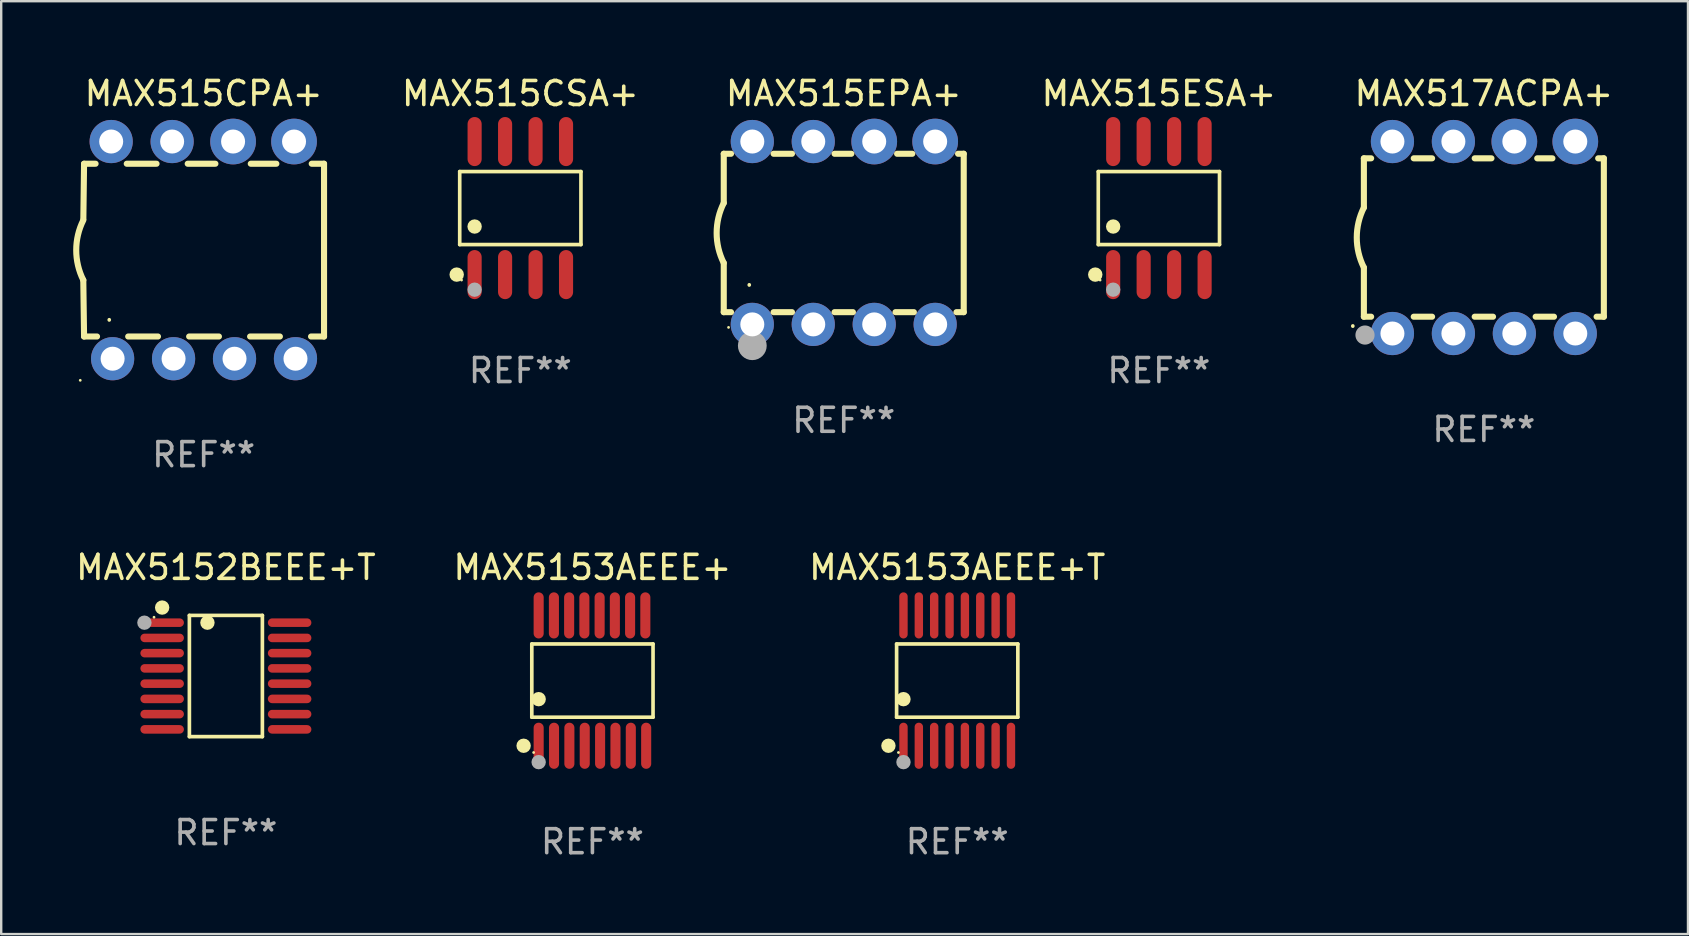
<source format=kicad_pcb>
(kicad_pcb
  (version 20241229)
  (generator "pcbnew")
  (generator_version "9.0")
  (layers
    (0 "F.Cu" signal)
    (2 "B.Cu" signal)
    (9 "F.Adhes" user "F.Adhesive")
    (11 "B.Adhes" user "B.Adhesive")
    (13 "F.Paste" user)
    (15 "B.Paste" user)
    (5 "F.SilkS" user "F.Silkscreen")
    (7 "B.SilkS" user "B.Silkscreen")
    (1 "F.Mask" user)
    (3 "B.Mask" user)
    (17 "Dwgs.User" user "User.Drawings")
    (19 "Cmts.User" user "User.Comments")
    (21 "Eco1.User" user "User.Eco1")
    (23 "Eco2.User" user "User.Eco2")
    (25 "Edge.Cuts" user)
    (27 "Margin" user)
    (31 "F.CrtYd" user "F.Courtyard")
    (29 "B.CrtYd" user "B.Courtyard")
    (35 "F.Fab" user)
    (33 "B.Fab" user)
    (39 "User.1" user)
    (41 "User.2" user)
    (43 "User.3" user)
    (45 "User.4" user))
  (footprint "MAX515CPA+"
    (layer "F.Cu")
    (at 5.437 7.373)
    (property "Reference" "MAX515CPA+" (at 0 -6.525 0) (layer "F.SilkS") (effects (font (size 1 1) (thickness 0.15))))
    (attr through_hole)
    (fp_line (start -4.984 -3.6) (end -5.014 -1.3) (stroke (width 0.254) (type solid)) (layer "F.SilkS"))
    (fp_line (start -4.984 -3.6) (end -4.504 -3.6) (stroke (width 0.254) (type solid)) (layer "F.SilkS"))
    (fp_line (start -4.984 3.6) (end -5.016 1.25) (stroke (width 0.254) (type solid)) (layer "F.SilkS"))
    (fp_line (start -4.984 3.6) (end -4.444 3.6) (stroke (width 0.254) (type solid)) (layer "F.SilkS"))
    (fp_line (start -3.205 -3.6) (end -1.964 -3.6) (stroke (width 0.254) (type solid)) (layer "F.SilkS"))
    (fp_line (start -3.145 3.6) (end -1.904 3.6) (stroke (width 0.254) (type solid)) (layer "F.SilkS"))
    (fp_line (start -0.665 -3.6) (end 0.489 -3.6) (stroke (width 0.254) (type solid)) (layer "F.SilkS"))
    (fp_line (start -0.605 3.6) (end 0.636 3.6) (stroke (width 0.254) (type solid)) (layer "F.SilkS"))
    (fp_line (start 1.935 3.6) (end 3.176 3.6) (stroke (width 0.254) (type solid)) (layer "F.SilkS"))
    (fp_line (start 1.963 -3.6) (end 3.029 -3.6) (stroke (width 0.254) (type solid)) (layer "F.SilkS"))
    (fp_line (start 4.475 3.6) (end 5.016 3.6) (stroke (width 0.254) (type solid)) (layer "F.SilkS"))
    (fp_line (start 4.503 -3.6) (end 5.016 -3.6) (stroke (width 0.254) (type solid)) (layer "F.SilkS"))
    (fp_line (start 5.016 -3.6) (end 5.016 3.6) (stroke (width 0.254) (type solid)) (layer "F.SilkS"))
    (fp_arc (start -5.015621 1.24972) (mid -5.310243 -0.000275) (end -5.014376 -1.249975) (stroke (width 0.254001) (type solid)) (layer "F.SilkS"))
    (fp_arc (start -3.934646 2.911239) (mid -3.934581 2.905612) (end -3.934392 2.899987) (stroke (width 0.149987) (type solid)) (layer "F.SilkS"))
    (fp_circle (center -5.143 5.425) (end -5.113 5.425) (stroke (width 0.06) (type solid)) (fill no) (layer "F.SilkS"))
    (fp_text user "REF**" (at 0 8.525 0) (layer "F.Fab") (effects (font (size 1 1) (thickness 0.15))))
    (pad "1" thru_hole circle (at -3.794 4.525) (size 1.8 1.8) (drill 1) (layers "*.Cu" "*.Mask"))
    (pad "2" thru_hole circle (at -1.254 4.525) (size 1.8 1.8) (drill 1) (layers "*.Cu" "*.Mask"))
    (pad "3" thru_hole circle (at 1.286 4.525) (size 1.8 1.8) (drill 1) (layers "*.Cu" "*.Mask"))
    (pad "4" thru_hole circle (at 3.826 4.525) (size 1.8 1.8) (drill 1) (layers "*.Cu" "*.Mask"))
    (pad "5" thru_hole circle (at 3.766 -4.525) (size 1.905 1.905) (drill 1) (layers "*.Cu" "*.Mask"))
    (pad "6" thru_hole circle (at 1.226 -4.525) (size 1.905 1.905) (drill 1) (layers "*.Cu" "*.Mask"))
    (pad "7" thru_hole circle (at -1.314 -4.525) (size 1.8 1.8) (drill 1) (layers "*.Cu" "*.Mask"))
    (pad "8" thru_hole circle (at -3.854 -4.525) (size 1.8 1.8) (drill 1) (layers "*.Cu" "*.Mask")))
  (footprint "MAX5153AEEE+"
    (layer "F.Cu")
    (at 21.637 25.311)
    (property "Reference" "MAX5153AEEE+" (at 0 -4.716 0) (layer "F.SilkS") (effects (font (size 1 1) (thickness 0.15))))
    (attr through_hole)
    (fp_line (start -2.526 -1.526) (end 2.526 -1.526) (stroke (width 0.152) (type solid)) (layer "F.SilkS"))
    (fp_line (start -2.526 1.526) (end -2.526 -1.526) (stroke (width 0.152) (type solid)) (layer "F.SilkS"))
    (fp_line (start 2.526 -1.526) (end 2.526 1.526) (stroke (width 0.152) (type solid)) (layer "F.SilkS"))
    (fp_line (start 2.526 1.526) (end -2.526 1.526) (stroke (width 0.152) (type solid)) (layer "F.SilkS"))
    (fp_circle (center -2.867 2.716) (end -2.717 2.716) (stroke (width 0.3) (type solid)) (fill no) (layer "F.SilkS"))
    (fp_circle (center -2.45 2.997) (end -2.42 2.997) (stroke (width 0.06) (type solid)) (fill no) (layer "F.SilkS"))
    (fp_circle (center -2.24 0.774) (end -2.09 0.774) (stroke (width 0.3) (type solid)) (fill no) (layer "F.SilkS"))
    (fp_circle (center -2.24 3.398) (end -2.09 3.398) (stroke (width 0.3) (type solid)) (fill no) (layer "F.Fab"))
    (fp_text user "REF**" (at 0 6.716 0) (layer "F.Fab") (effects (font (size 1 1) (thickness 0.15))))
    (pad "1" smd oval (at -2.24 2.716) (size 0.42 1.922) (layers "F.Cu" "F.Mask" "F.Paste"))
    (pad "2" smd oval (at -1.6 2.716) (size 0.42 1.922) (layers "F.Cu" "F.Mask" "F.Paste"))
    (pad "3" smd oval (at -0.96 2.716) (size 0.42 1.922) (layers "F.Cu" "F.Mask" "F.Paste"))
    (pad "4" smd oval (at -0.32 2.716) (size 0.42 1.922) (layers "F.Cu" "F.Mask" "F.Paste"))
    (pad "5" smd oval (at 0.32 2.716) (size 0.42 1.922) (layers "F.Cu" "F.Mask" "F.Paste"))
    (pad "6" smd oval (at 0.96 2.716) (size 0.42 1.922) (layers "F.Cu" "F.Mask" "F.Paste"))
    (pad "7" smd oval (at 1.6 2.716) (size 0.42 1.922) (layers "F.Cu" "F.Mask" "F.Paste"))
    (pad "8" smd oval (at 2.24 2.716) (size 0.42 1.922) (layers "F.Cu" "F.Mask" "F.Paste"))
    (pad "9" smd oval (at 2.205 -2.716) (size 0.42 1.922) (layers "F.Cu" "F.Mask" "F.Paste"))
    (pad "10" smd oval (at 1.57 -2.716) (size 0.42 1.922) (layers "F.Cu" "F.Mask" "F.Paste"))
    (pad "11" smd oval (at 0.935 -2.716) (size 0.42 1.922) (layers "F.Cu" "F.Mask" "F.Paste"))
    (pad "12" smd oval (at 0.3 -2.716) (size 0.42 1.922) (layers "F.Cu" "F.Mask" "F.Paste"))
    (pad "13" smd oval (at -0.335 -2.716) (size 0.42 1.922) (layers "F.Cu" "F.Mask" "F.Paste"))
    (pad "14" smd oval (at -0.97 -2.716) (size 0.42 1.922) (layers "F.Cu" "F.Mask" "F.Paste"))
    (pad "15" smd oval (at -1.605 -2.716) (size 0.42 1.922) (layers "F.Cu" "F.Mask" "F.Paste"))
    (pad "16" smd oval (at -2.24 -2.716) (size 0.42 1.922) (layers "F.Cu" "F.Mask" "F.Paste")))
  (footprint "MAX515ESA+"
    (layer "F.Cu")
    (at 45.243 5.621)
    (property "Reference" "MAX515ESA+" (at 0 -4.772 0) (layer "F.SilkS") (effects (font (size 1 1) (thickness 0.15))))
    (attr through_hole)
    (fp_line (start -2.526 -1.521) (end 2.526 -1.521) (stroke (width 0.152) (type solid)) (layer "F.SilkS"))
    (fp_line (start -2.526 1.521) (end -2.526 -1.521) (stroke (width 0.152) (type solid)) (layer "F.SilkS"))
    (fp_line (start 2.526 -1.521) (end 2.526 1.521) (stroke (width 0.152) (type solid)) (layer "F.SilkS"))
    (fp_line (start 2.526 1.521) (end -2.526 1.521) (stroke (width 0.152) (type solid)) (layer "F.SilkS"))
    (fp_circle (center -2.652 2.772) (end -2.501 2.772) (stroke (width 0.3) (type solid)) (fill no) (layer "F.SilkS"))
    (fp_circle (center -2.45 3) (end -2.42 3) (stroke (width 0.06) (type solid)) (fill no) (layer "F.SilkS"))
    (fp_circle (center -1.905 0.769) (end -1.755 0.769) (stroke (width 0.3) (type solid)) (fill no) (layer "F.SilkS"))
    (fp_circle (center -1.905 3.4) (end -1.755 3.4) (stroke (width 0.3) (type solid)) (fill no) (layer "F.Fab"))
    (fp_text user "REF**" (at 0 6.772 0) (layer "F.Fab") (effects (font (size 1 1) (thickness 0.15))))
    (pad "1" smd oval (at -1.905 2.772) (size 0.588 2.045) (layers "F.Cu" "F.Mask" "F.Paste"))
    (pad "2" smd oval (at -0.635 2.772) (size 0.588 2.045) (layers "F.Cu" "F.Mask" "F.Paste"))
    (pad "3" smd oval (at 0.635 2.772) (size 0.588 2.045) (layers "F.Cu" "F.Mask" "F.Paste"))
    (pad "4" smd oval (at 1.905 2.772) (size 0.588 2.045) (layers "F.Cu" "F.Mask" "F.Paste"))
    (pad "5" smd oval (at 1.905 -2.772) (size 0.588 2.045) (layers "F.Cu" "F.Mask" "F.Paste"))
    (pad "6" smd oval (at 0.635 -2.772) (size 0.588 2.045) (layers "F.Cu" "F.Mask" "F.Paste"))
    (pad "7" smd oval (at -0.635 -2.772) (size 0.588 2.045) (layers "F.Cu" "F.Mask" "F.Paste"))
    (pad "8" smd oval (at -1.905 -2.772) (size 0.588 2.045) (layers "F.Cu" "F.Mask" "F.Paste")))
  (footprint "MAX5153AEEE+T"
    (layer "F.Cu")
    (at 36.839 25.311)
    (property "Reference" "MAX5153AEEE+T" (at 0 -4.716 0) (layer "F.SilkS") (effects (font (size 1 1) (thickness 0.15))))
    (attr through_hole)
    (fp_line (start -2.526 -1.526) (end 2.526 -1.526) (stroke (width 0.152) (type solid)) (layer "F.SilkS"))
    (fp_line (start -2.526 1.526) (end -2.526 -1.526) (stroke (width 0.152) (type solid)) (layer "F.SilkS"))
    (fp_line (start 2.526 -1.526) (end 2.526 1.526) (stroke (width 0.152) (type solid)) (layer "F.SilkS"))
    (fp_line (start 2.526 1.526) (end -2.526 1.526) (stroke (width 0.152) (type solid)) (layer "F.SilkS"))
    (fp_circle (center -2.867 2.716) (end -2.717 2.716) (stroke (width 0.3) (type solid)) (fill no) (layer "F.SilkS"))
    (fp_circle (center -2.45 2.997) (end -2.42 2.997) (stroke (width 0.06) (type solid)) (fill no) (layer "F.SilkS"))
    (fp_circle (center -2.24 0.774) (end -2.09 0.774) (stroke (width 0.3) (type solid)) (fill no) (layer "F.SilkS"))
    (fp_circle (center -2.24 3.398) (end -2.09 3.398) (stroke (width 0.3) (type solid)) (fill no) (layer "F.Fab"))
    (fp_text user "REF**" (at 0 6.716 0) (layer "F.Fab") (effects (font (size 1 1) (thickness 0.15))))
    (pad "1" smd oval (at -2.24 2.716) (size 0.35 1.922) (layers "F.Cu" "F.Mask" "F.Paste"))
    (pad "2" smd oval (at -1.6 2.716) (size 0.35 1.922) (layers "F.Cu" "F.Mask" "F.Paste"))
    (pad "3" smd oval (at -0.96 2.716) (size 0.35 1.922) (layers "F.Cu" "F.Mask" "F.Paste"))
    (pad "4" smd oval (at -0.32 2.716) (size 0.35 1.922) (layers "F.Cu" "F.Mask" "F.Paste"))
    (pad "5" smd oval (at 0.32 2.716) (size 0.35 1.922) (layers "F.Cu" "F.Mask" "F.Paste"))
    (pad "6" smd oval (at 0.96 2.716) (size 0.35 1.922) (layers "F.Cu" "F.Mask" "F.Paste"))
    (pad "7" smd oval (at 1.6 2.716) (size 0.35 1.922) (layers "F.Cu" "F.Mask" "F.Paste"))
    (pad "8" smd oval (at 2.24 2.716) (size 0.35 1.922) (layers "F.Cu" "F.Mask" "F.Paste"))
    (pad "9" smd oval (at 2.24 -2.716) (size 0.35 1.922) (layers "F.Cu" "F.Mask" "F.Paste"))
    (pad "10" smd oval (at 1.6 -2.716) (size 0.35 1.922) (layers "F.Cu" "F.Mask" "F.Paste"))
    (pad "11" smd oval (at 0.96 -2.716) (size 0.35 1.922) (layers "F.Cu" "F.Mask" "F.Paste"))
    (pad "12" smd oval (at 0.32 -2.716) (size 0.35 1.922) (layers "F.Cu" "F.Mask" "F.Paste"))
    (pad "13" smd oval (at -0.32 -2.716) (size 0.35 1.922) (layers "F.Cu" "F.Mask" "F.Paste"))
    (pad "14" smd oval (at -0.96 -2.716) (size 0.35 1.922) (layers "F.Cu" "F.Mask" "F.Paste"))
    (pad "15" smd oval (at -1.6 -2.716) (size 0.35 1.922) (layers "F.Cu" "F.Mask" "F.Paste"))
    (pad "16" smd oval (at -2.24 -2.716) (size 0.35 1.922) (layers "F.Cu" "F.Mask" "F.Paste")))
  (footprint "MAX517ACPA+"
    (layer "F.Cu")
    (at 58.785 6.848)
    (property "Reference" "MAX517ACPA+" (at 0 -6 0) (layer "F.SilkS") (effects (font (size 1 1) (thickness 0.15))))
    (attr through_hole)
    (fp_line (start -5 -3.3) (end -5 -1.25) (stroke (width 0.254) (type solid)) (layer "F.SilkS"))
    (fp_line (start -5 -3.3) (end -4.698 -3.3) (stroke (width 0.254) (type solid)) (layer "F.SilkS"))
    (fp_line (start -5 3.3) (end -5 1.25) (stroke (width 0.254) (type solid)) (layer "F.SilkS"))
    (fp_line (start -5 3.3) (end -4.698 3.3) (stroke (width 0.254) (type solid)) (layer "F.SilkS"))
    (fp_line (start -2.922 -3.3) (end -2.158 -3.3) (stroke (width 0.254) (type solid)) (layer "F.SilkS"))
    (fp_line (start -2.922 3.3) (end -2.158 3.3) (stroke (width 0.254) (type solid)) (layer "F.SilkS"))
    (fp_line (start -0.382 -3.3) (end 0.316 -3.3) (stroke (width 0.254) (type solid)) (layer "F.SilkS"))
    (fp_line (start -0.382 3.3) (end 0.382 3.3) (stroke (width 0.254) (type solid)) (layer "F.SilkS"))
    (fp_line (start 2.158 3.3) (end 2.922 3.3) (stroke (width 0.254) (type solid)) (layer "F.SilkS"))
    (fp_line (start 2.224 -3.3) (end 2.856 -3.3) (stroke (width 0.254) (type solid)) (layer "F.SilkS"))
    (fp_line (start 4.698 3.3) (end 5 3.3) (stroke (width 0.254) (type solid)) (layer "F.SilkS"))
    (fp_line (start 4.764 -3.3) (end 5 -3.3) (stroke (width 0.254) (type solid)) (layer "F.SilkS"))
    (fp_line (start 5 -3.3) (end 5 3.3) (stroke (width 0.254) (type solid)) (layer "F.SilkS"))
    (fp_arc (start -5.46124 3.694259) (mid -5.461175 3.688632) (end -5.460986 3.683007) (stroke (width 0.149987) (type solid)) (layer "F.SilkS"))
    (fp_arc (start -5.00127 1.249682) (mid -5.295892 -0.000313) (end -5.000025 -1.250013) (stroke (width 0.254001) (type solid)) (layer "F.SilkS"))
    (fp_circle (center -4.795 4.237) (end -4.765 4.237) (stroke (width 0.06) (type solid)) (fill no) (layer "F.SilkS"))
    (fp_circle (center -4.953 4.064) (end -4.753 4.064) (stroke (width 0.4) (type solid)) (fill no) (layer "F.Fab"))
    (fp_text user "REF**" (at 0 8 0) (layer "F.Fab") (effects (font (size 1 1) (thickness 0.15))))
    (pad "1" thru_hole circle (at -3.81 4) (size 1.8 1.8) (drill 1) (layers "*.Cu" "*.Mask"))
    (pad "2" thru_hole circle (at -1.27 4) (size 1.8 1.8) (drill 1) (layers "*.Cu" "*.Mask"))
    (pad "3" thru_hole circle (at 1.27 4) (size 1.8 1.8) (drill 1) (layers "*.Cu" "*.Mask"))
    (pad "4" thru_hole circle (at 3.81 4) (size 1.8 1.8) (drill 1) (layers "*.Cu" "*.Mask"))
    (pad "5" thru_hole circle (at 3.81 -4) (size 1.905 1.905) (drill 1) (layers "*.Cu" "*.Mask"))
    (pad "6" thru_hole circle (at 1.27 -4) (size 1.905 1.905) (drill 1) (layers "*.Cu" "*.Mask"))
    (pad "7" thru_hole circle (at -1.27 -4) (size 1.8 1.8) (drill 1) (layers "*.Cu" "*.Mask"))
    (pad "8" thru_hole circle (at -3.81 -4) (size 1.8 1.8) (drill 1) (layers "*.Cu" "*.Mask")))
  (footprint "MAX5152BEEE+T"
    (layer "F.Cu")
    (at 6.363 25.121)
    (property "Reference" "MAX5152BEEE+T" (at 0 -4.526 0) (layer "F.SilkS") (effects (font (size 1 1) (thickness 0.15))))
    (attr through_hole)
    (fp_line (start -1.521 -2.526) (end 1.521 -2.526) (stroke (width 0.152) (type solid)) (layer "F.SilkS"))
    (fp_line (start -1.521 2.526) (end -1.521 -2.526) (stroke (width 0.152) (type solid)) (layer "F.SilkS"))
    (fp_line (start 1.521 -2.526) (end 1.521 2.526) (stroke (width 0.152) (type solid)) (layer "F.SilkS"))
    (fp_line (start 1.521 2.526) (end -1.521 2.526) (stroke (width 0.152) (type solid)) (layer "F.SilkS"))
    (fp_circle (center -2.995 -2.45) (end -2.965 -2.45) (stroke (width 0.06) (type solid)) (fill no) (layer "F.SilkS"))
    (fp_circle (center -2.656 -2.853) (end -2.506 -2.853) (stroke (width 0.3) (type solid)) (fill no) (layer "F.SilkS"))
    (fp_circle (center -0.769 -2.223) (end -0.619 -2.223) (stroke (width 0.3) (type solid)) (fill no) (layer "F.SilkS"))
    (fp_circle (center -3.395 -2.223) (end -3.245 -2.223) (stroke (width 0.3) (type solid)) (fill no) (layer "F.Fab"))
    (fp_text user "REF**" (at 0 6.526 0) (layer "F.Fab") (effects (font (size 1 1) (thickness 0.15))))
    (pad "1" smd oval (at -2.656 -2.223 270) (size 0.356 1.813) (layers "F.Cu" "F.Mask" "F.Paste"))
    (pad "2" smd oval (at -2.656 -1.588 270) (size 0.356 1.813) (layers "F.Cu" "F.Mask" "F.Paste"))
    (pad "3" smd oval (at -2.656 -0.953 270) (size 0.356 1.813) (layers "F.Cu" "F.Mask" "F.Paste"))
    (pad "4" smd oval (at -2.656 -0.318 270) (size 0.356 1.813) (layers "F.Cu" "F.Mask" "F.Paste"))
    (pad "5" smd oval (at -2.656 0.318 270) (size 0.356 1.813) (layers "F.Cu" "F.Mask" "F.Paste"))
    (pad "6" smd oval (at -2.656 0.953 270) (size 0.356 1.813) (layers "F.Cu" "F.Mask" "F.Paste"))
    (pad "7" smd oval (at -2.656 1.588 270) (size 0.356 1.813) (layers "F.Cu" "F.Mask" "F.Paste"))
    (pad "8" smd oval (at -2.656 2.223 270) (size 0.356 1.813) (layers "F.Cu" "F.Mask" "F.Paste"))
    (pad "9" smd oval (at 2.656 2.223 270) (size 0.356 1.813) (layers "F.Cu" "F.Mask" "F.Paste"))
    (pad "10" smd oval (at 2.656 1.588 270) (size 0.356 1.813) (layers "F.Cu" "F.Mask" "F.Paste"))
    (pad "11" smd oval (at 2.656 0.953 270) (size 0.356 1.813) (layers "F.Cu" "F.Mask" "F.Paste"))
    (pad "12" smd oval (at 2.656 0.318 270) (size 0.356 1.813) (layers "F.Cu" "F.Mask" "F.Paste"))
    (pad "13" smd oval (at 2.656 -0.318 270) (size 0.356 1.813) (layers "F.Cu" "F.Mask" "F.Paste"))
    (pad "14" smd oval (at 2.656 -0.953 270) (size 0.356 1.813) (layers "F.Cu" "F.Mask" "F.Paste"))
    (pad "15" smd oval (at 2.656 -1.588 270) (size 0.356 1.813) (layers "F.Cu" "F.Mask" "F.Paste"))
    (pad "16" smd oval (at 2.656 -2.223 270) (size 0.356 1.813) (layers "F.Cu" "F.Mask" "F.Paste")))
  (footprint "MAX515CSA+"
    (layer "F.Cu")
    (at 18.633 5.621)
    (property "Reference" "MAX515CSA+" (at 0 -4.772 0) (layer "F.SilkS") (effects (font (size 1 1) (thickness 0.15))))
    (attr through_hole)
    (fp_line (start -2.526 -1.521) (end 2.526 -1.521) (stroke (width 0.152) (type solid)) (layer "F.SilkS"))
    (fp_line (start -2.526 1.521) (end -2.526 -1.521) (stroke (width 0.152) (type solid)) (layer "F.SilkS"))
    (fp_line (start 2.526 -1.521) (end 2.526 1.521) (stroke (width 0.152) (type solid)) (layer "F.SilkS"))
    (fp_line (start 2.526 1.521) (end -2.526 1.521) (stroke (width 0.152) (type solid)) (layer "F.SilkS"))
    (fp_circle (center -2.652 2.772) (end -2.501 2.772) (stroke (width 0.3) (type solid)) (fill no) (layer "F.SilkS"))
    (fp_circle (center -2.45 3) (end -2.42 3) (stroke (width 0.06) (type solid)) (fill no) (layer "F.SilkS"))
    (fp_circle (center -1.905 0.769) (end -1.755 0.769) (stroke (width 0.3) (type solid)) (fill no) (layer "F.SilkS"))
    (fp_circle (center -1.905 3.4) (end -1.755 3.4) (stroke (width 0.3) (type solid)) (fill no) (layer "F.Fab"))
    (fp_text user "REF**" (at 0 6.772 0) (layer "F.Fab") (effects (font (size 1 1) (thickness 0.15))))
    (pad "1" smd oval (at -1.905 2.772) (size 0.588 2.045) (layers "F.Cu" "F.Mask" "F.Paste"))
    (pad "2" smd oval (at -0.635 2.772) (size 0.588 2.045) (layers "F.Cu" "F.Mask" "F.Paste"))
    (pad "3" smd oval (at 0.635 2.772) (size 0.588 2.045) (layers "F.Cu" "F.Mask" "F.Paste"))
    (pad "4" smd oval (at 1.905 2.772) (size 0.588 2.045) (layers "F.Cu" "F.Mask" "F.Paste"))
    (pad "5" smd oval (at 1.905 -2.772) (size 0.588 2.045) (layers "F.Cu" "F.Mask" "F.Paste"))
    (pad "6" smd oval (at 0.635 -2.772) (size 0.588 2.045) (layers "F.Cu" "F.Mask" "F.Paste"))
    (pad "7" smd oval (at -0.635 -2.772) (size 0.588 2.045) (layers "F.Cu" "F.Mask" "F.Paste"))
    (pad "8" smd oval (at -1.905 -2.772) (size 0.588 2.045) (layers "F.Cu" "F.Mask" "F.Paste")))
  (footprint "MAX515EPA+"
    (layer "F.Cu")
    (at 32.11 6.658)
    (property "Reference" "MAX515EPA+" (at 0 -5.81 0) (layer "F.SilkS") (effects (font (size 1 1) (thickness 0.15))))
    (attr through_hole)
    (fp_line (start -5 -3.3) (end -5 -1.25) (stroke (width 0.254) (type solid)) (layer "F.SilkS"))
    (fp_line (start -5 -3.3) (end -4.698 -3.3) (stroke (width 0.254) (type solid)) (layer "F.SilkS"))
    (fp_line (start -5 3.3) (end -5 1.25) (stroke (width 0.254) (type solid)) (layer "F.SilkS"))
    (fp_line (start -5 3.3) (end -4.698 3.3) (stroke (width 0.254) (type solid)) (layer "F.SilkS"))
    (fp_line (start -2.922 -3.3) (end -2.158 -3.3) (stroke (width 0.254) (type solid)) (layer "F.SilkS"))
    (fp_line (start -2.922 3.3) (end -2.158 3.3) (stroke (width 0.254) (type solid)) (layer "F.SilkS"))
    (fp_line (start -0.382 -3.3) (end 0.316 -3.3) (stroke (width 0.254) (type solid)) (layer "F.SilkS"))
    (fp_line (start -0.382 3.3) (end 0.382 3.3) (stroke (width 0.254) (type solid)) (layer "F.SilkS"))
    (fp_line (start 2.158 3.3) (end 2.922 3.3) (stroke (width 0.254) (type solid)) (layer "F.SilkS"))
    (fp_line (start 2.224 -3.3) (end 2.856 -3.3) (stroke (width 0.254) (type solid)) (layer "F.SilkS"))
    (fp_line (start 4.698 3.3) (end 5 3.3) (stroke (width 0.254) (type solid)) (layer "F.SilkS"))
    (fp_line (start 4.764 -3.3) (end 5 -3.3) (stroke (width 0.254) (type solid)) (layer "F.SilkS"))
    (fp_line (start 5 -3.3) (end 5 3.3) (stroke (width 0.254) (type solid)) (layer "F.SilkS"))
    (fp_arc (start -5.00127 1.249682) (mid -5.295892 -0.000313) (end -5.000025 -1.250013) (stroke (width 0.254001) (type solid)) (layer "F.SilkS"))
    (fp_arc (start -3.937262 2.170256) (mid -3.937197 2.164629) (end -3.937008 2.159004) (stroke (width 0.149987) (type solid)) (layer "F.SilkS"))
    (fp_circle (center -4.8 3.935) (end -4.77 3.935) (stroke (width 0.06) (type solid)) (fill no) (layer "F.SilkS"))
    (fp_circle (center -3.81 4.699) (end -3.51 4.699) (stroke (width 0.6) (type solid)) (fill no) (layer "F.Fab"))
    (fp_text user "REF**" (at 0 7.81 0) (layer "F.Fab") (effects (font (size 1 1) (thickness 0.15))))
    (pad "1" thru_hole circle (at -3.81 3.81) (size 1.8 1.8) (drill 1) (layers "*.Cu" "*.Mask"))
    (pad "2" thru_hole circle (at -1.27 3.81) (size 1.8 1.8) (drill 1) (layers "*.Cu" "*.Mask"))
    (pad "3" thru_hole circle (at 1.27 3.81) (size 1.8 1.8) (drill 1) (layers "*.Cu" "*.Mask"))
    (pad "4" thru_hole circle (at 3.81 3.81) (size 1.8 1.8) (drill 1) (layers "*.Cu" "*.Mask"))
    (pad "5" thru_hole circle (at 3.81 -3.81) (size 1.905 1.905) (drill 1) (layers "*.Cu" "*.Mask"))
    (pad "6" thru_hole circle (at 1.27 -3.81) (size 1.905 1.905) (drill 1) (layers "*.Cu" "*.Mask"))
    (pad "7" thru_hole circle (at -1.27 -3.81) (size 1.8 1.8) (drill 1) (layers "*.Cu" "*.Mask"))
    (pad "8" thru_hole circle (at -3.81 -3.81) (size 1.8 1.8) (drill 1) (layers "*.Cu" "*.Mask")))
  (gr_rect
    (start -3 -3)
    (end 67.291 35.875)
    (stroke (width 0.1) (type default))
    (fill no)
    (layer "Edge.Cuts")))
</source>
